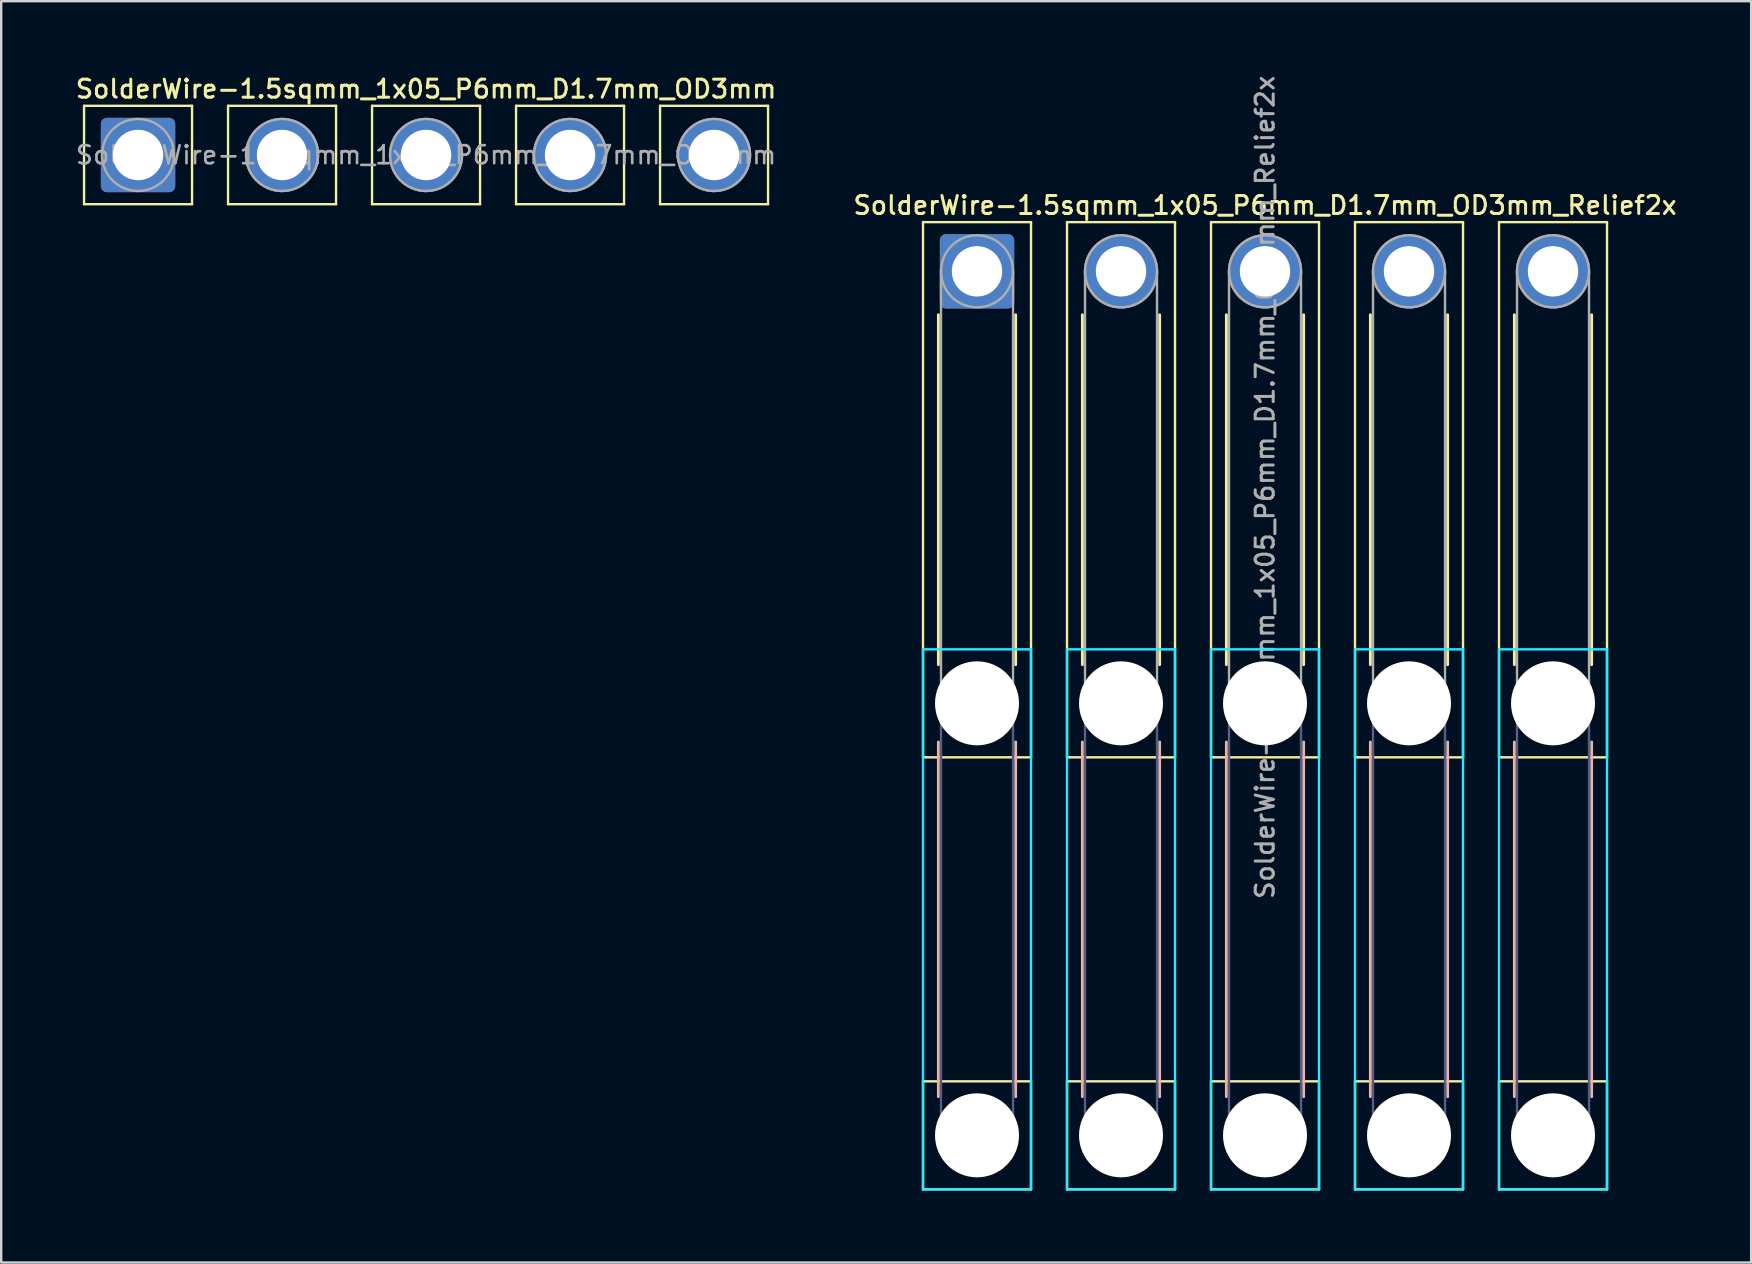
<source format=kicad_pcb>
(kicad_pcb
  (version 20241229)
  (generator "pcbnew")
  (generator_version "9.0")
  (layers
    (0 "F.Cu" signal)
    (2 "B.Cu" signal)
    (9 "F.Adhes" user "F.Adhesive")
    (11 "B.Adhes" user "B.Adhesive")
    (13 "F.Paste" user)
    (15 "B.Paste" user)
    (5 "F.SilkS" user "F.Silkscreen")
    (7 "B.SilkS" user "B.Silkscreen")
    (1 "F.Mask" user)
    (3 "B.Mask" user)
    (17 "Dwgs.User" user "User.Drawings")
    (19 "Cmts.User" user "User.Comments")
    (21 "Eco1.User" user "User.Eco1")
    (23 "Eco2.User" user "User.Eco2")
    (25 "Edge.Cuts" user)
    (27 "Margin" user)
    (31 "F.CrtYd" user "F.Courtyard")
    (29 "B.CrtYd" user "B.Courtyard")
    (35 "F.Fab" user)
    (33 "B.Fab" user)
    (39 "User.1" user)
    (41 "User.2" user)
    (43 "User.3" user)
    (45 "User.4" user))
  (footprint "SolderWire-1.5sqmm_1x05_P6mm_D1.7mm_OD3mm_Relief2x"
    (layer "F.Cu")
    (at 37.659 8.255)
    (property "Reference" "SolderWire-1.5sqmm_1x05_P6mm_D1.7mm_OD3mm_Relief2x" (at 12 -2.75 0) (layer "F.SilkS") (effects (font (size 0.75 0.75) (thickness 0.125))))
    (attr exclude_from_pos_files exclude_from_bom)
    (fp_line (start -2.25 -2.05) (end -2.25 20.25) (stroke (width 0.1) (type solid)) (layer "F.SilkS"))
    (fp_line (start -2.25 20.25) (end 2.25 20.25) (stroke (width 0.1) (type solid)) (layer "F.SilkS"))
    (fp_line (start -2.25 33.75) (end -2.25 38.25) (stroke (width 0.1) (type solid)) (layer "F.SilkS"))
    (fp_line (start -2.25 38.25) (end 2.25 38.25) (stroke (width 0.1) (type solid)) (layer "F.SilkS"))
    (fp_line (start -1.61 1.81) (end -1.61 16.39) (stroke (width 0.12) (type solid)) (layer "F.SilkS"))
    (fp_line (start 1.61 1.81) (end 1.61 16.39) (stroke (width 0.12) (type solid)) (layer "F.SilkS"))
    (fp_line (start 2.25 -2.05) (end -2.25 -2.05) (stroke (width 0.1) (type solid)) (layer "F.SilkS"))
    (fp_line (start 2.25 20.25) (end 2.25 -2.05) (stroke (width 0.1) (type solid)) (layer "F.SilkS"))
    (fp_line (start 2.25 33.75) (end -2.25 33.75) (stroke (width 0.1) (type solid)) (layer "F.SilkS"))
    (fp_line (start 2.25 38.25) (end 2.25 33.75) (stroke (width 0.1) (type solid)) (layer "F.SilkS"))
    (fp_line (start 3.75 -2.05) (end 3.75 20.25) (stroke (width 0.1) (type solid)) (layer "F.SilkS"))
    (fp_line (start 3.75 20.25) (end 8.25 20.25) (stroke (width 0.1) (type solid)) (layer "F.SilkS"))
    (fp_line (start 3.75 33.75) (end 3.75 38.25) (stroke (width 0.1) (type solid)) (layer "F.SilkS"))
    (fp_line (start 3.75 38.25) (end 8.25 38.25) (stroke (width 0.1) (type solid)) (layer "F.SilkS"))
    (fp_line (start 4.39 1.81) (end 4.39 16.39) (stroke (width 0.12) (type solid)) (layer "F.SilkS"))
    (fp_line (start 7.61 1.81) (end 7.61 16.39) (stroke (width 0.12) (type solid)) (layer "F.SilkS"))
    (fp_line (start 8.25 -2.05) (end 3.75 -2.05) (stroke (width 0.1) (type solid)) (layer "F.SilkS"))
    (fp_line (start 8.25 20.25) (end 8.25 -2.05) (stroke (width 0.1) (type solid)) (layer "F.SilkS"))
    (fp_line (start 8.25 33.75) (end 3.75 33.75) (stroke (width 0.1) (type solid)) (layer "F.SilkS"))
    (fp_line (start 8.25 38.25) (end 8.25 33.75) (stroke (width 0.1) (type solid)) (layer "F.SilkS"))
    (fp_line (start 9.75 -2.05) (end 9.75 20.25) (stroke (width 0.1) (type solid)) (layer "F.SilkS"))
    (fp_line (start 9.75 20.25) (end 14.25 20.25) (stroke (width 0.1) (type solid)) (layer "F.SilkS"))
    (fp_line (start 9.75 33.75) (end 9.75 38.25) (stroke (width 0.1) (type solid)) (layer "F.SilkS"))
    (fp_line (start 9.75 38.25) (end 14.25 38.25) (stroke (width 0.1) (type solid)) (layer "F.SilkS"))
    (fp_line (start 10.39 1.81) (end 10.39 16.39) (stroke (width 0.12) (type solid)) (layer "F.SilkS"))
    (fp_line (start 13.61 1.81) (end 13.61 16.39) (stroke (width 0.12) (type solid)) (layer "F.SilkS"))
    (fp_line (start 14.25 -2.05) (end 9.75 -2.05) (stroke (width 0.1) (type solid)) (layer "F.SilkS"))
    (fp_line (start 14.25 20.25) (end 14.25 -2.05) (stroke (width 0.1) (type solid)) (layer "F.SilkS"))
    (fp_line (start 14.25 33.75) (end 9.75 33.75) (stroke (width 0.1) (type solid)) (layer "F.SilkS"))
    (fp_line (start 14.25 38.25) (end 14.25 33.75) (stroke (width 0.1) (type solid)) (layer "F.SilkS"))
    (fp_line (start 15.75 -2.05) (end 15.75 20.25) (stroke (width 0.1) (type solid)) (layer "F.SilkS"))
    (fp_line (start 15.75 20.25) (end 20.25 20.25) (stroke (width 0.1) (type solid)) (layer "F.SilkS"))
    (fp_line (start 15.75 33.75) (end 15.75 38.25) (stroke (width 0.1) (type solid)) (layer "F.SilkS"))
    (fp_line (start 15.75 38.25) (end 20.25 38.25) (stroke (width 0.1) (type solid)) (layer "F.SilkS"))
    (fp_line (start 16.39 1.81) (end 16.39 16.39) (stroke (width 0.12) (type solid)) (layer "F.SilkS"))
    (fp_line (start 19.61 1.81) (end 19.61 16.39) (stroke (width 0.12) (type solid)) (layer "F.SilkS"))
    (fp_line (start 20.25 -2.05) (end 15.75 -2.05) (stroke (width 0.1) (type solid)) (layer "F.SilkS"))
    (fp_line (start 20.25 20.25) (end 20.25 -2.05) (stroke (width 0.1) (type solid)) (layer "F.SilkS"))
    (fp_line (start 20.25 33.75) (end 15.75 33.75) (stroke (width 0.1) (type solid)) (layer "F.SilkS"))
    (fp_line (start 20.25 38.25) (end 20.25 33.75) (stroke (width 0.1) (type solid)) (layer "F.SilkS"))
    (fp_line (start 21.75 -2.05) (end 21.75 20.25) (stroke (width 0.1) (type solid)) (layer "F.SilkS"))
    (fp_line (start 21.75 20.25) (end 26.25 20.25) (stroke (width 0.1) (type solid)) (layer "F.SilkS"))
    (fp_line (start 21.75 33.75) (end 21.75 38.25) (stroke (width 0.1) (type solid)) (layer "F.SilkS"))
    (fp_line (start 21.75 38.25) (end 26.25 38.25) (stroke (width 0.1) (type solid)) (layer "F.SilkS"))
    (fp_line (start 22.39 1.81) (end 22.39 16.39) (stroke (width 0.12) (type solid)) (layer "F.SilkS"))
    (fp_line (start 25.61 1.81) (end 25.61 16.39) (stroke (width 0.12) (type solid)) (layer "F.SilkS"))
    (fp_line (start 26.25 -2.05) (end 21.75 -2.05) (stroke (width 0.1) (type solid)) (layer "F.SilkS"))
    (fp_line (start 26.25 20.25) (end 26.25 -2.05) (stroke (width 0.1) (type solid)) (layer "F.SilkS"))
    (fp_line (start 26.25 33.75) (end 21.75 33.75) (stroke (width 0.1) (type solid)) (layer "F.SilkS"))
    (fp_line (start 26.25 38.25) (end 26.25 33.75) (stroke (width 0.1) (type solid)) (layer "F.SilkS"))
    (fp_line (start -1.61 19.61) (end -1.61 34.39) (stroke (width 0.12) (type solid)) (layer "B.SilkS"))
    (fp_line (start 1.61 19.61) (end 1.61 34.39) (stroke (width 0.12) (type solid)) (layer "B.SilkS"))
    (fp_line (start 4.39 19.61) (end 4.39 34.39) (stroke (width 0.12) (type solid)) (layer "B.SilkS"))
    (fp_line (start 7.61 19.61) (end 7.61 34.39) (stroke (width 0.12) (type solid)) (layer "B.SilkS"))
    (fp_line (start 10.39 19.61) (end 10.39 34.39) (stroke (width 0.12) (type solid)) (layer "B.SilkS"))
    (fp_line (start 13.61 19.61) (end 13.61 34.39) (stroke (width 0.12) (type solid)) (layer "B.SilkS"))
    (fp_line (start 16.39 19.61) (end 16.39 34.39) (stroke (width 0.12) (type solid)) (layer "B.SilkS"))
    (fp_line (start 19.61 19.61) (end 19.61 34.39) (stroke (width 0.12) (type solid)) (layer "B.SilkS"))
    (fp_line (start 22.39 19.61) (end 22.39 34.39) (stroke (width 0.12) (type solid)) (layer "B.SilkS"))
    (fp_line (start 25.61 19.61) (end 25.61 34.39) (stroke (width 0.12) (type solid)) (layer "B.SilkS"))
    (fp_line (start -2.25 15.75) (end -2.25 38.25) (stroke (width 0.1) (type solid)) (layer "B.CrtYd"))
    (fp_line (start -2.25 38.25) (end 2.25 38.25) (stroke (width 0.1) (type solid)) (layer "B.CrtYd"))
    (fp_line (start 2.25 15.75) (end -2.25 15.75) (stroke (width 0.1) (type solid)) (layer "B.CrtYd"))
    (fp_line (start 2.25 38.25) (end 2.25 15.75) (stroke (width 0.1) (type solid)) (layer "B.CrtYd"))
    (fp_line (start 3.75 15.75) (end 3.75 38.25) (stroke (width 0.1) (type solid)) (layer "B.CrtYd"))
    (fp_line (start 3.75 38.25) (end 8.25 38.25) (stroke (width 0.1) (type solid)) (layer "B.CrtYd"))
    (fp_line (start 8.25 15.75) (end 3.75 15.75) (stroke (width 0.1) (type solid)) (layer "B.CrtYd"))
    (fp_line (start 8.25 38.25) (end 8.25 15.75) (stroke (width 0.1) (type solid)) (layer "B.CrtYd"))
    (fp_line (start 9.75 15.75) (end 9.75 38.25) (stroke (width 0.1) (type solid)) (layer "B.CrtYd"))
    (fp_line (start 9.75 38.25) (end 14.25 38.25) (stroke (width 0.1) (type solid)) (layer "B.CrtYd"))
    (fp_line (start 14.25 15.75) (end 9.75 15.75) (stroke (width 0.1) (type solid)) (layer "B.CrtYd"))
    (fp_line (start 14.25 38.25) (end 14.25 15.75) (stroke (width 0.1) (type solid)) (layer "B.CrtYd"))
    (fp_line (start 15.75 15.75) (end 15.75 38.25) (stroke (width 0.1) (type solid)) (layer "B.CrtYd"))
    (fp_line (start 15.75 38.25) (end 20.25 38.25) (stroke (width 0.1) (type solid)) (layer "B.CrtYd"))
    (fp_line (start 20.25 15.75) (end 15.75 15.75) (stroke (width 0.1) (type solid)) (layer "B.CrtYd"))
    (fp_line (start 20.25 38.25) (end 20.25 15.75) (stroke (width 0.1) (type solid)) (layer "B.CrtYd"))
    (fp_line (start 21.75 15.75) (end 21.75 38.25) (stroke (width 0.1) (type solid)) (layer "B.CrtYd"))
    (fp_line (start 21.75 38.25) (end 26.25 38.25) (stroke (width 0.1) (type solid)) (layer "B.CrtYd"))
    (fp_line (start 26.25 15.75) (end 21.75 15.75) (stroke (width 0.1) (type solid)) (layer "B.CrtYd"))
    (fp_line (start 26.25 38.25) (end 26.25 15.75) (stroke (width 0.1) (type solid)) (layer "B.CrtYd"))
    (fp_line (start -1.5 18) (end -1.5 36) (stroke (width 0.1) (type solid)) (layer "B.Fab"))
    (fp_line (start 1.5 18) (end 1.5 36) (stroke (width 0.1) (type solid)) (layer "B.Fab"))
    (fp_line (start 4.5 18) (end 4.5 36) (stroke (width 0.1) (type solid)) (layer "B.Fab"))
    (fp_line (start 7.5 18) (end 7.5 36) (stroke (width 0.1) (type solid)) (layer "B.Fab"))
    (fp_line (start 10.5 18) (end 10.5 36) (stroke (width 0.1) (type solid)) (layer "B.Fab"))
    (fp_line (start 13.5 18) (end 13.5 36) (stroke (width 0.1) (type solid)) (layer "B.Fab"))
    (fp_line (start 16.5 18) (end 16.5 36) (stroke (width 0.1) (type solid)) (layer "B.Fab"))
    (fp_line (start 19.5 18) (end 19.5 36) (stroke (width 0.1) (type solid)) (layer "B.Fab"))
    (fp_line (start 22.5 18) (end 22.5 36) (stroke (width 0.1) (type solid)) (layer "B.Fab"))
    (fp_line (start 25.5 18) (end 25.5 36) (stroke (width 0.1) (type solid)) (layer "B.Fab"))
    (fp_circle (center 0 18) (end 1.5 18) (stroke (width 0.1) (type solid)) (fill no) (layer "B.Fab"))
    (fp_circle (center 0 36) (end 1.5 36) (stroke (width 0.1) (type solid)) (fill no) (layer "B.Fab"))
    (fp_circle (center 6 18) (end 7.5 18) (stroke (width 0.1) (type solid)) (fill no) (layer "B.Fab"))
    (fp_circle (center 6 36) (end 7.5 36) (stroke (width 0.1) (type solid)) (fill no) (layer "B.Fab"))
    (fp_circle (center 12 18) (end 13.5 18) (stroke (width 0.1) (type solid)) (fill no) (layer "B.Fab"))
    (fp_circle (center 12 36) (end 13.5 36) (stroke (width 0.1) (type solid)) (fill no) (layer "B.Fab"))
    (fp_circle (center 18 18) (end 19.5 18) (stroke (width 0.1) (type solid)) (fill no) (layer "B.Fab"))
    (fp_circle (center 18 36) (end 19.5 36) (stroke (width 0.1) (type solid)) (fill no) (layer "B.Fab"))
    (fp_circle (center 24 18) (end 25.5 18) (stroke (width 0.1) (type solid)) (fill no) (layer "B.Fab"))
    (fp_circle (center 24 36) (end 25.5 36) (stroke (width 0.1) (type solid)) (fill no) (layer "B.Fab"))
    (fp_line (start -1.5 0) (end -1.5 18) (stroke (width 0.1) (type solid)) (layer "F.Fab"))
    (fp_line (start 1.5 0) (end 1.5 18) (stroke (width 0.1) (type solid)) (layer "F.Fab"))
    (fp_line (start 4.5 0) (end 4.5 18) (stroke (width 0.1) (type solid)) (layer "F.Fab"))
    (fp_line (start 7.5 0) (end 7.5 18) (stroke (width 0.1) (type solid)) (layer "F.Fab"))
    (fp_line (start 10.5 0) (end 10.5 18) (stroke (width 0.1) (type solid)) (layer "F.Fab"))
    (fp_line (start 13.5 0) (end 13.5 18) (stroke (width 0.1) (type solid)) (layer "F.Fab"))
    (fp_line (start 16.5 0) (end 16.5 18) (stroke (width 0.1) (type solid)) (layer "F.Fab"))
    (fp_line (start 19.5 0) (end 19.5 18) (stroke (width 0.1) (type solid)) (layer "F.Fab"))
    (fp_line (start 22.5 0) (end 22.5 18) (stroke (width 0.1) (type solid)) (layer "F.Fab"))
    (fp_line (start 25.5 0) (end 25.5 18) (stroke (width 0.1) (type solid)) (layer "F.Fab"))
    (fp_circle (center 0 0) (end 1.5 0) (stroke (width 0.1) (type solid)) (fill no) (layer "F.Fab"))
    (fp_circle (center 0 18) (end 1.5 18) (stroke (width 0.1) (type solid)) (fill no) (layer "F.Fab"))
    (fp_circle (center 0 36) (end 1.5 36) (stroke (width 0.1) (type solid)) (fill no) (layer "F.Fab"))
    (fp_circle (center 6 0) (end 7.5 0) (stroke (width 0.1) (type solid)) (fill no) (layer "F.Fab"))
    (fp_circle (center 6 18) (end 7.5 18) (stroke (width 0.1) (type solid)) (fill no) (layer "F.Fab"))
    (fp_circle (center 6 36) (end 7.5 36) (stroke (width 0.1) (type solid)) (fill no) (layer "F.Fab"))
    (fp_circle (center 12 0) (end 13.5 0) (stroke (width 0.1) (type solid)) (fill no) (layer "F.Fab"))
    (fp_circle (center 12 18) (end 13.5 18) (stroke (width 0.1) (type solid)) (fill no) (layer "F.Fab"))
    (fp_circle (center 12 36) (end 13.5 36) (stroke (width 0.1) (type solid)) (fill no) (layer "F.Fab"))
    (fp_circle (center 18 0) (end 19.5 0) (stroke (width 0.1) (type solid)) (fill no) (layer "F.Fab"))
    (fp_circle (center 18 18) (end 19.5 18) (stroke (width 0.1) (type solid)) (fill no) (layer "F.Fab"))
    (fp_circle (center 18 36) (end 19.5 36) (stroke (width 0.1) (type solid)) (fill no) (layer "F.Fab"))
    (fp_circle (center 24 0) (end 25.5 0) (stroke (width 0.1) (type solid)) (fill no) (layer "F.Fab"))
    (fp_circle (center 24 18) (end 25.5 18) (stroke (width 0.1) (type solid)) (fill no) (layer "F.Fab"))
    (fp_circle (center 24 36) (end 25.5 36) (stroke (width 0.1) (type solid)) (fill no) (layer "F.Fab"))
    (fp_text user "${REFERENCE}" (at 12 9 90) (layer "F.Fab") (effects (font (size 0.75 0.75) (thickness 0.125))))
    (pad "" np_thru_hole circle (at 0 18) (size 3.5 3.5) (drill 3.5) (layers "*.Cu" "*.Mask"))
    (pad "" np_thru_hole circle (at 0 36) (size 3.5 3.5) (drill 3.5) (layers "*.Cu" "*.Mask"))
    (pad "" np_thru_hole circle (at 6 18) (size 3.5 3.5) (drill 3.5) (layers "*.Cu" "*.Mask"))
    (pad "" np_thru_hole circle (at 6 36) (size 3.5 3.5) (drill 3.5) (layers "*.Cu" "*.Mask"))
    (pad "" np_thru_hole circle (at 12 18) (size 3.5 3.5) (drill 3.5) (layers "*.Cu" "*.Mask"))
    (pad "" np_thru_hole circle (at 12 36) (size 3.5 3.5) (drill 3.5) (layers "*.Cu" "*.Mask"))
    (pad "" np_thru_hole circle (at 18 18) (size 3.5 3.5) (drill 3.5) (layers "*.Cu" "*.Mask"))
    (pad "" np_thru_hole circle (at 18 36) (size 3.5 3.5) (drill 3.5) (layers "*.Cu" "*.Mask"))
    (pad "" np_thru_hole circle (at 24 18) (size 3.5 3.5) (drill 3.5) (layers "*.Cu" "*.Mask"))
    (pad "" np_thru_hole circle (at 24 36) (size 3.5 3.5) (drill 3.5) (layers "*.Cu" "*.Mask"))
    (pad "1" thru_hole roundrect (at 0 0) (size 3.1 3.1) (drill 2.1) (layers "*.Cu" "*.Mask") (roundrect_rratio 0.081))
    (pad "2" thru_hole circle (at 6 0) (size 3.1 3.1) (drill 2.1) (layers "*.Cu" "*.Mask"))
    (pad "3" thru_hole circle (at 12 0) (size 3.1 3.1) (drill 2.1) (layers "*.Cu" "*.Mask"))
    (pad "4" thru_hole circle (at 18 0) (size 3.1 3.1) (drill 2.1) (layers "*.Cu" "*.Mask"))
    (pad "5" thru_hole circle (at 24 0) (size 3.1 3.1) (drill 2.1) (layers "*.Cu" "*.Mask")))
  (footprint "SolderWire-1.5sqmm_1x05_P6mm_D1.7mm_OD3mm"
    (layer "F.Cu")
    (at 2.702 3.408)
    (property "Reference" "SolderWire-1.5sqmm_1x05_P6mm_D1.7mm_OD3mm" (at 12 -2.75 0) (layer "F.SilkS") (effects (font (size 0.75 0.75) (thickness 0.125))))
    (attr exclude_from_pos_files exclude_from_bom)
    (fp_line (start -2.25 -2.05) (end -2.25 2.05) (stroke (width 0.1) (type solid)) (layer "F.SilkS"))
    (fp_line (start -2.25 2.05) (end 2.25 2.05) (stroke (width 0.1) (type solid)) (layer "F.SilkS"))
    (fp_line (start 2.25 -2.05) (end -2.25 -2.05) (stroke (width 0.1) (type solid)) (layer "F.SilkS"))
    (fp_line (start 2.25 2.05) (end 2.25 -2.05) (stroke (width 0.1) (type solid)) (layer "F.SilkS"))
    (fp_line (start 3.75 -2.05) (end 3.75 2.05) (stroke (width 0.1) (type solid)) (layer "F.SilkS"))
    (fp_line (start 3.75 2.05) (end 8.25 2.05) (stroke (width 0.1) (type solid)) (layer "F.SilkS"))
    (fp_line (start 8.25 -2.05) (end 3.75 -2.05) (stroke (width 0.1) (type solid)) (layer "F.SilkS"))
    (fp_line (start 8.25 2.05) (end 8.25 -2.05) (stroke (width 0.1) (type solid)) (layer "F.SilkS"))
    (fp_line (start 9.75 -2.05) (end 9.75 2.05) (stroke (width 0.1) (type solid)) (layer "F.SilkS"))
    (fp_line (start 9.75 2.05) (end 14.25 2.05) (stroke (width 0.1) (type solid)) (layer "F.SilkS"))
    (fp_line (start 14.25 -2.05) (end 9.75 -2.05) (stroke (width 0.1) (type solid)) (layer "F.SilkS"))
    (fp_line (start 14.25 2.05) (end 14.25 -2.05) (stroke (width 0.1) (type solid)) (layer "F.SilkS"))
    (fp_line (start 15.75 -2.05) (end 15.75 2.05) (stroke (width 0.1) (type solid)) (layer "F.SilkS"))
    (fp_line (start 15.75 2.05) (end 20.25 2.05) (stroke (width 0.1) (type solid)) (layer "F.SilkS"))
    (fp_line (start 20.25 -2.05) (end 15.75 -2.05) (stroke (width 0.1) (type solid)) (layer "F.SilkS"))
    (fp_line (start 20.25 2.05) (end 20.25 -2.05) (stroke (width 0.1) (type solid)) (layer "F.SilkS"))
    (fp_line (start 21.75 -2.05) (end 21.75 2.05) (stroke (width 0.1) (type solid)) (layer "F.SilkS"))
    (fp_line (start 21.75 2.05) (end 26.25 2.05) (stroke (width 0.1) (type solid)) (layer "F.SilkS"))
    (fp_line (start 26.25 -2.05) (end 21.75 -2.05) (stroke (width 0.1) (type solid)) (layer "F.SilkS"))
    (fp_line (start 26.25 2.05) (end 26.25 -2.05) (stroke (width 0.1) (type solid)) (layer "F.SilkS"))
    (fp_circle (center 0 0) (end 1.5 0) (stroke (width 0.1) (type solid)) (fill no) (layer "F.Fab"))
    (fp_circle (center 6 0) (end 7.5 0) (stroke (width 0.1) (type solid)) (fill no) (layer "F.Fab"))
    (fp_circle (center 12 0) (end 13.5 0) (stroke (width 0.1) (type solid)) (fill no) (layer "F.Fab"))
    (fp_circle (center 18 0) (end 19.5 0) (stroke (width 0.1) (type solid)) (fill no) (layer "F.Fab"))
    (fp_circle (center 24 0) (end 25.5 0) (stroke (width 0.1) (type solid)) (fill no) (layer "F.Fab"))
    (fp_text user "${REFERENCE}" (at 12 0 0) (layer "F.Fab") (effects (font (size 0.75 0.75) (thickness 0.11))))
    (pad "1" thru_hole roundrect (at 0 0) (size 3.1 3.1) (drill 2.1) (layers "*.Cu" "*.Mask") (roundrect_rratio 0.081))
    (pad "2" thru_hole circle (at 6 0) (size 3.1 3.1) (drill 2.1) (layers "*.Cu" "*.Mask"))
    (pad "3" thru_hole circle (at 12 0) (size 3.1 3.1) (drill 2.1) (layers "*.Cu" "*.Mask"))
    (pad "4" thru_hole circle (at 18 0) (size 3.1 3.1) (drill 2.1) (layers "*.Cu" "*.Mask"))
    (pad "5" thru_hole circle (at 24 0) (size 3.1 3.1) (drill 2.1) (layers "*.Cu" "*.Mask")))
  (gr_rect
    (start -3 -3)
    (end 69.914 49.555)
    (stroke (width 0.1) (type default))
    (fill no)
    (layer "Edge.Cuts")))
</source>
